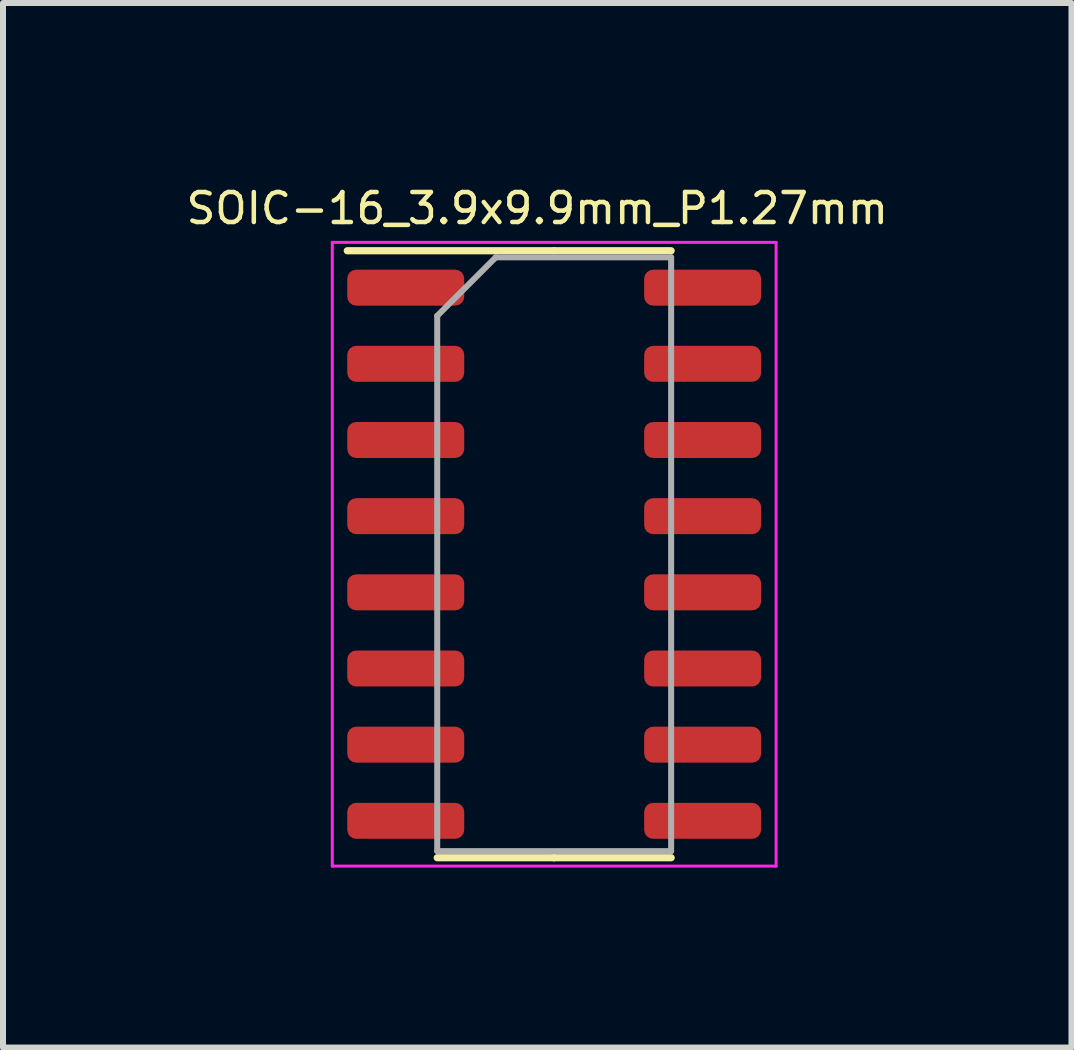
<source format=kicad_pcb>
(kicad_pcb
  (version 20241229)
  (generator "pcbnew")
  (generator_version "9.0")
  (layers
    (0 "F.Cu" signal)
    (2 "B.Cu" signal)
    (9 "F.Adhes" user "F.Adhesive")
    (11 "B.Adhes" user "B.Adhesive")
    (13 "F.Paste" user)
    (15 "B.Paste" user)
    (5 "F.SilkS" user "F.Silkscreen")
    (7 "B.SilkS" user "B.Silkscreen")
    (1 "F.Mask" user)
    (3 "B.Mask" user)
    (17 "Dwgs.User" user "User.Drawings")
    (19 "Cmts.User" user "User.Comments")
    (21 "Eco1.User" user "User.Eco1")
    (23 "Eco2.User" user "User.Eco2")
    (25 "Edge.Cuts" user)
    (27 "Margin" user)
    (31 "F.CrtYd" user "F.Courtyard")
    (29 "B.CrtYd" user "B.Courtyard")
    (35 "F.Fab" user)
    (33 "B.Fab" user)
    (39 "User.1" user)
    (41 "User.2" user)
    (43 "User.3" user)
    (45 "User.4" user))
  (footprint "SOIC-16_3.9x9.9mm_P1.27mm"
    (layer "F.Cu")
    (at 6.19 6.191)
    (property "Reference" "SOIC-16_3.9x9.9mm_P1.27mm" (at -0.282 -5.767 0) (layer "F.SilkS") (effects (font (size 0.5 0.5) (thickness 0.075))))
    (attr smd)
    (fp_line (start 0 -5.06) (end -3.45 -5.06) (stroke (width 0.12) (type solid)) (layer "F.SilkS"))
    (fp_line (start 0 -5.06) (end 1.95 -5.06) (stroke (width 0.12) (type solid)) (layer "F.SilkS"))
    (fp_line (start 0 5.06) (end -1.95 5.06) (stroke (width 0.12) (type solid)) (layer "F.SilkS"))
    (fp_line (start 0 5.06) (end 1.95 5.06) (stroke (width 0.12) (type solid)) (layer "F.SilkS"))
    (fp_line (start -3.7 -5.2) (end -3.7 5.2) (stroke (width 0.05) (type solid)) (layer "F.CrtYd"))
    (fp_line (start -3.7 5.2) (end 3.7 5.2) (stroke (width 0.05) (type solid)) (layer "F.CrtYd"))
    (fp_line (start 3.7 -5.2) (end -3.7 -5.2) (stroke (width 0.05) (type solid)) (layer "F.CrtYd"))
    (fp_line (start 3.7 5.2) (end 3.7 -5.2) (stroke (width 0.05) (type solid)) (layer "F.CrtYd"))
    (fp_line (start -1.95 -3.975) (end -0.975 -4.95) (stroke (width 0.1) (type solid)) (layer "F.Fab"))
    (fp_line (start -1.95 4.95) (end -1.95 -3.975) (stroke (width 0.1) (type solid)) (layer "F.Fab"))
    (fp_line (start -0.975 -4.95) (end 1.95 -4.95) (stroke (width 0.1) (type solid)) (layer "F.Fab"))
    (fp_line (start 1.95 -4.95) (end 1.95 4.95) (stroke (width 0.1) (type solid)) (layer "F.Fab"))
    (fp_line (start 1.95 4.95) (end -1.95 4.95) (stroke (width 0.1) (type solid)) (layer "F.Fab"))
    (pad "1" smd roundrect (at -2.475 -4.445) (size 1.95 0.6) (layers "F.Cu" "F.Mask" "F.Paste") (roundrect_rratio 0.25))
    (pad "2" smd roundrect (at -2.475 -3.175) (size 1.95 0.6) (layers "F.Cu" "F.Mask" "F.Paste") (roundrect_rratio 0.25))
    (pad "3" smd roundrect (at -2.475 -1.905) (size 1.95 0.6) (layers "F.Cu" "F.Mask" "F.Paste") (roundrect_rratio 0.25))
    (pad "4" smd roundrect (at -2.475 -0.635) (size 1.95 0.6) (layers "F.Cu" "F.Mask" "F.Paste") (roundrect_rratio 0.25))
    (pad "5" smd roundrect (at -2.475 0.635) (size 1.95 0.6) (layers "F.Cu" "F.Mask" "F.Paste") (roundrect_rratio 0.25))
    (pad "6" smd roundrect (at -2.475 1.905) (size 1.95 0.6) (layers "F.Cu" "F.Mask" "F.Paste") (roundrect_rratio 0.25))
    (pad "7" smd roundrect (at -2.475 3.175) (size 1.95 0.6) (layers "F.Cu" "F.Mask" "F.Paste") (roundrect_rratio 0.25))
    (pad "8" smd roundrect (at -2.475 4.445) (size 1.95 0.6) (layers "F.Cu" "F.Mask" "F.Paste") (roundrect_rratio 0.25))
    (pad "9" smd roundrect (at 2.475 4.445) (size 1.95 0.6) (layers "F.Cu" "F.Mask" "F.Paste") (roundrect_rratio 0.25))
    (pad "10" smd roundrect (at 2.475 3.175) (size 1.95 0.6) (layers "F.Cu" "F.Mask" "F.Paste") (roundrect_rratio 0.25))
    (pad "11" smd roundrect (at 2.475 1.905) (size 1.95 0.6) (layers "F.Cu" "F.Mask" "F.Paste") (roundrect_rratio 0.25))
    (pad "12" smd roundrect (at 2.475 0.635) (size 1.95 0.6) (layers "F.Cu" "F.Mask" "F.Paste") (roundrect_rratio 0.25))
    (pad "13" smd roundrect (at 2.475 -0.635) (size 1.95 0.6) (layers "F.Cu" "F.Mask" "F.Paste") (roundrect_rratio 0.25))
    (pad "14" smd roundrect (at 2.475 -1.905) (size 1.95 0.6) (layers "F.Cu" "F.Mask" "F.Paste") (roundrect_rratio 0.25))
    (pad "15" smd roundrect (at 2.475 -3.175) (size 1.95 0.6) (layers "F.Cu" "F.Mask" "F.Paste") (roundrect_rratio 0.25))
    (pad "16" smd roundrect (at 2.475 -4.445) (size 1.95 0.6) (layers "F.Cu" "F.Mask" "F.Paste") (roundrect_rratio 0.25)))
  (gr_rect
    (start -3 -3)
    (end 14.815 14.416)
    (stroke (width 0.1) (type default))
    (fill no)
    (layer "Edge.Cuts")))
</source>
